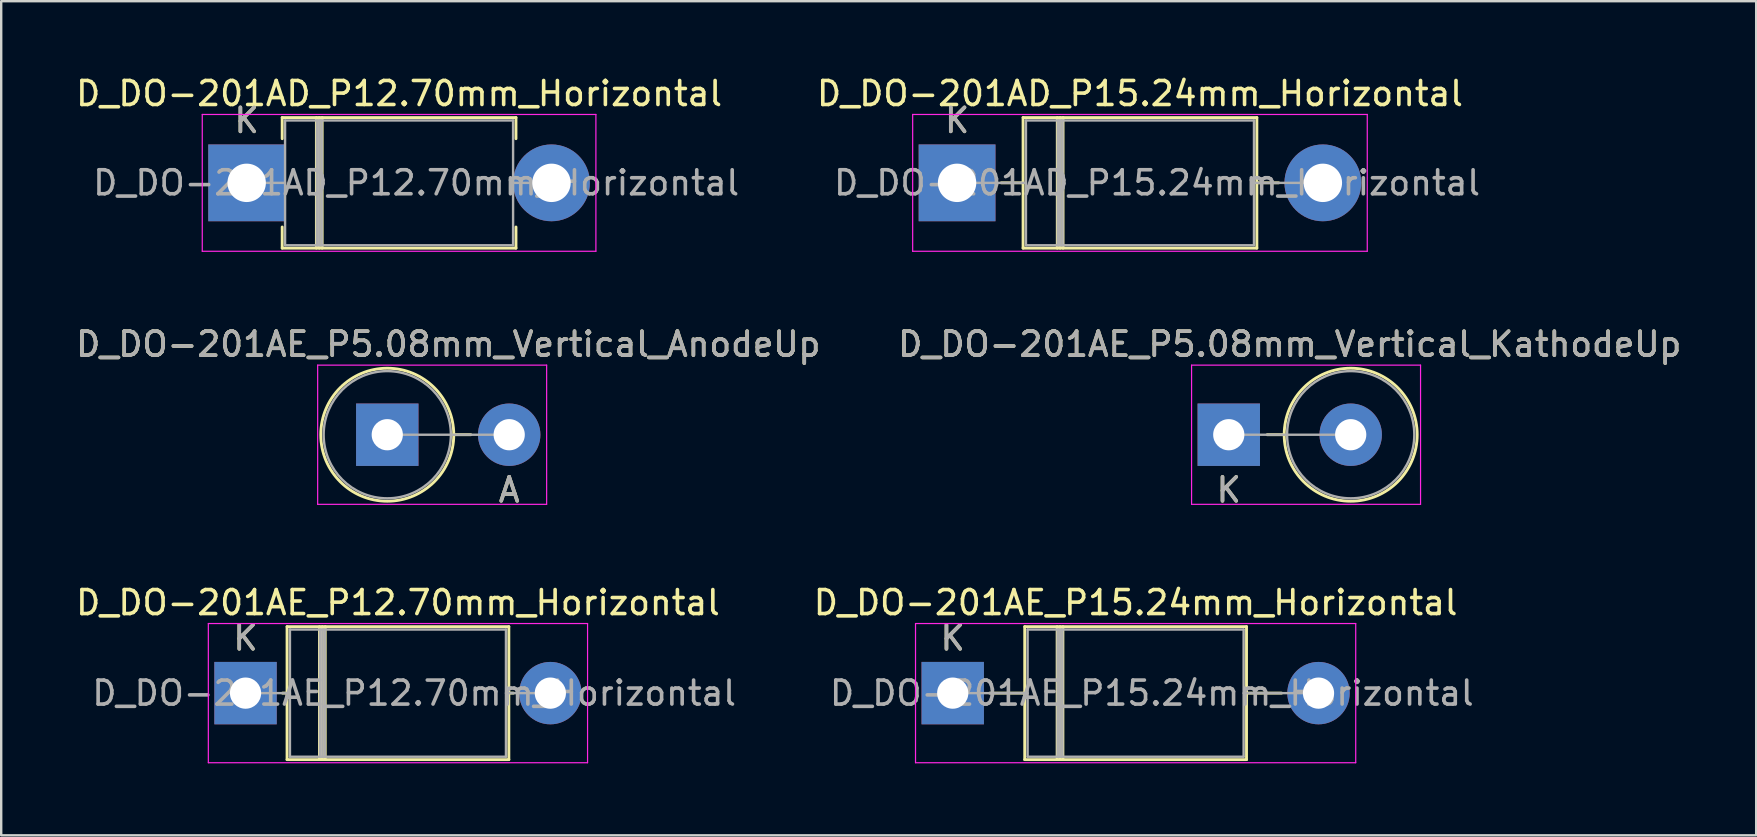
<source format=kicad_pcb>
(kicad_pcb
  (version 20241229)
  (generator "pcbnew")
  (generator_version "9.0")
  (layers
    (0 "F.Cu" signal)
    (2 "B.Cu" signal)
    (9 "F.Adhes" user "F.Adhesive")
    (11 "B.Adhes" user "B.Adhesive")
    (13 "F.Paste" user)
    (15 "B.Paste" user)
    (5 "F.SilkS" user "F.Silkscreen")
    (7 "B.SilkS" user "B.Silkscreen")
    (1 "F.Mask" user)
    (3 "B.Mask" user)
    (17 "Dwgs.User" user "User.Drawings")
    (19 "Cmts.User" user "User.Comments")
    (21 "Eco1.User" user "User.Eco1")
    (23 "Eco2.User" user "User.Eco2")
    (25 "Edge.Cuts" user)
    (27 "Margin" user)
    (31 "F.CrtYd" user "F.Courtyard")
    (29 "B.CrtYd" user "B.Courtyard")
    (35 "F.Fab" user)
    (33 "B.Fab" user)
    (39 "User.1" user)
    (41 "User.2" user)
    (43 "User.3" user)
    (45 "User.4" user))
  (footprint "D_DO-201AE_P5.08mm_Vertical_AnodeUp"
    (layer "F.Cu")
    (at 13.085 15.062)
    (property "Reference" "D_DO-201AE_P5.08mm_Vertical_AnodeUp" (at 2.54 -3.77 0) (layer "F.SilkS") (effects (font (size 1 1) (thickness 0.15))))
    (attr through_hole)
    (fp_line (start 2.77 0) (end 3.48 0) (stroke (width 0.12) (type solid)) (layer "F.SilkS"))
    (fp_circle (center 0 0) (end 2.77 0) (stroke (width 0.12) (type solid)) (fill no) (layer "F.SilkS"))
    (fp_line (start -2.9 -2.9) (end -2.9 2.9) (stroke (width 0.05) (type solid)) (layer "F.CrtYd"))
    (fp_line (start -2.9 2.9) (end 6.64 2.9) (stroke (width 0.05) (type solid)) (layer "F.CrtYd"))
    (fp_line (start 6.64 -2.9) (end -2.9 -2.9) (stroke (width 0.05) (type solid)) (layer "F.CrtYd"))
    (fp_line (start 6.64 2.9) (end 6.64 -2.9) (stroke (width 0.05) (type solid)) (layer "F.CrtYd"))
    (fp_line (start 0 0) (end 5.08 0) (stroke (width 0.1) (type solid)) (layer "F.Fab"))
    (fp_circle (center 0 0) (end 2.65 0) (stroke (width 0.1) (type solid)) (fill no) (layer "F.Fab"))
    (fp_text user "A" (at 5.08 2.3 0) (layer "F.SilkS") (effects (font (size 1 1) (thickness 0.15))))
    (fp_text user "A" (at 5.08 2.3 0) (layer "F.Fab") (effects (font (size 1 1) (thickness 0.15))))
    (fp_text user "${REFERENCE}" (at 2.54 -3.77 0) (layer "F.Fab") (effects (font (size 1 1) (thickness 0.15))))
    (pad "1" thru_hole rect (at 0 0) (size 2.6 2.6) (drill 1.3) (layers "*.Cu" "*.Mask"))
    (pad "2" thru_hole oval (at 5.08 0) (size 2.6 2.6) (drill 1.3) (layers "*.Cu" "*.Mask")))
  (footprint "D_DO-201AE_P12.70mm_Horizontal"
    (layer "F.Cu")
    (at 7.18 25.828)
    (property "Reference" "D_DO-201AE_P12.70mm_Horizontal" (at 6.35 -3.77 0) (layer "F.SilkS") (effects (font (size 1 1) (thickness 0.15))))
    (attr through_hole)
    (fp_line (start 1.54 0) (end 1.73 0) (stroke (width 0.12) (type solid)) (layer "F.SilkS"))
    (fp_line (start 1.73 -2.77) (end 1.73 2.77) (stroke (width 0.12) (type solid)) (layer "F.SilkS"))
    (fp_line (start 1.73 2.77) (end 10.97 2.77) (stroke (width 0.12) (type solid)) (layer "F.SilkS"))
    (fp_line (start 3.08 -2.77) (end 3.08 2.77) (stroke (width 0.12) (type solid)) (layer "F.SilkS"))
    (fp_line (start 3.2 -2.77) (end 3.2 2.77) (stroke (width 0.12) (type solid)) (layer "F.SilkS"))
    (fp_line (start 3.32 -2.77) (end 3.32 2.77) (stroke (width 0.12) (type solid)) (layer "F.SilkS"))
    (fp_line (start 10.97 -2.77) (end 1.73 -2.77) (stroke (width 0.12) (type solid)) (layer "F.SilkS"))
    (fp_line (start 10.97 2.77) (end 10.97 -2.77) (stroke (width 0.12) (type solid)) (layer "F.SilkS"))
    (fp_line (start 11.16 0) (end 10.97 0) (stroke (width 0.12) (type solid)) (layer "F.SilkS"))
    (fp_line (start -1.55 -2.9) (end -1.55 2.9) (stroke (width 0.05) (type solid)) (layer "F.CrtYd"))
    (fp_line (start -1.55 2.9) (end 14.25 2.9) (stroke (width 0.05) (type solid)) (layer "F.CrtYd"))
    (fp_line (start 14.25 -2.9) (end -1.55 -2.9) (stroke (width 0.05) (type solid)) (layer "F.CrtYd"))
    (fp_line (start 14.25 2.9) (end 14.25 -2.9) (stroke (width 0.05) (type solid)) (layer "F.CrtYd"))
    (fp_line (start 0 0) (end 1.85 0) (stroke (width 0.1) (type solid)) (layer "F.Fab"))
    (fp_line (start 1.85 -2.65) (end 1.85 2.65) (stroke (width 0.1) (type solid)) (layer "F.Fab"))
    (fp_line (start 1.85 2.65) (end 10.85 2.65) (stroke (width 0.1) (type solid)) (layer "F.Fab"))
    (fp_line (start 3.1 -2.65) (end 3.1 2.65) (stroke (width 0.1) (type solid)) (layer "F.Fab"))
    (fp_line (start 3.2 -2.65) (end 3.2 2.65) (stroke (width 0.1) (type solid)) (layer "F.Fab"))
    (fp_line (start 3.3 -2.65) (end 3.3 2.65) (stroke (width 0.1) (type solid)) (layer "F.Fab"))
    (fp_line (start 10.85 -2.65) (end 1.85 -2.65) (stroke (width 0.1) (type solid)) (layer "F.Fab"))
    (fp_line (start 10.85 2.65) (end 10.85 -2.65) (stroke (width 0.1) (type solid)) (layer "F.Fab"))
    (fp_line (start 12.7 0) (end 10.85 0) (stroke (width 0.1) (type solid)) (layer "F.Fab"))
    (fp_text user "K" (at 0 -2.3 0) (layer "F.SilkS") (effects (font (size 1 1) (thickness 0.15))))
    (fp_text user "${REFERENCE}" (at 7.025 0 0) (layer "F.Fab") (effects (font (size 1 1) (thickness 0.15))))
    (fp_text user "K" (at 0 -2.3 0) (layer "F.Fab") (effects (font (size 1 1) (thickness 0.15))))
    (pad "1" thru_hole rect (at 0 0) (size 2.6 2.6) (drill 1.3) (layers "*.Cu" "*.Mask"))
    (pad "2" thru_hole oval (at 12.7 0) (size 2.6 2.6) (drill 1.3) (layers "*.Cu" "*.Mask")))
  (footprint "D_DO-201AE_P15.24mm_Horizontal"
    (layer "F.Cu")
    (at 36.644 25.828)
    (property "Reference" "D_DO-201AE_P15.24mm_Horizontal" (at 7.62 -3.77 0) (layer "F.SilkS") (effects (font (size 1 1) (thickness 0.15))))
    (attr through_hole)
    (fp_line (start 1.54 0) (end 3 0) (stroke (width 0.12) (type solid)) (layer "F.SilkS"))
    (fp_line (start 3 -2.77) (end 3 2.77) (stroke (width 0.12) (type solid)) (layer "F.SilkS"))
    (fp_line (start 3 2.77) (end 12.24 2.77) (stroke (width 0.12) (type solid)) (layer "F.SilkS"))
    (fp_line (start 4.35 -2.77) (end 4.35 2.77) (stroke (width 0.12) (type solid)) (layer "F.SilkS"))
    (fp_line (start 4.47 -2.77) (end 4.47 2.77) (stroke (width 0.12) (type solid)) (layer "F.SilkS"))
    (fp_line (start 4.59 -2.77) (end 4.59 2.77) (stroke (width 0.12) (type solid)) (layer "F.SilkS"))
    (fp_line (start 12.24 -2.77) (end 3 -2.77) (stroke (width 0.12) (type solid)) (layer "F.SilkS"))
    (fp_line (start 12.24 2.77) (end 12.24 -2.77) (stroke (width 0.12) (type solid)) (layer "F.SilkS"))
    (fp_line (start 13.7 0) (end 12.24 0) (stroke (width 0.12) (type solid)) (layer "F.SilkS"))
    (fp_line (start -1.55 -2.9) (end -1.55 2.9) (stroke (width 0.05) (type solid)) (layer "F.CrtYd"))
    (fp_line (start -1.55 2.9) (end 16.79 2.9) (stroke (width 0.05) (type solid)) (layer "F.CrtYd"))
    (fp_line (start 16.79 -2.9) (end -1.55 -2.9) (stroke (width 0.05) (type solid)) (layer "F.CrtYd"))
    (fp_line (start 16.79 2.9) (end 16.79 -2.9) (stroke (width 0.05) (type solid)) (layer "F.CrtYd"))
    (fp_line (start 0 0) (end 3.12 0) (stroke (width 0.1) (type solid)) (layer "F.Fab"))
    (fp_line (start 3.12 -2.65) (end 3.12 2.65) (stroke (width 0.1) (type solid)) (layer "F.Fab"))
    (fp_line (start 3.12 2.65) (end 12.12 2.65) (stroke (width 0.1) (type solid)) (layer "F.Fab"))
    (fp_line (start 4.37 -2.65) (end 4.37 2.65) (stroke (width 0.1) (type solid)) (layer "F.Fab"))
    (fp_line (start 4.47 -2.65) (end 4.47 2.65) (stroke (width 0.1) (type solid)) (layer "F.Fab"))
    (fp_line (start 4.57 -2.65) (end 4.57 2.65) (stroke (width 0.1) (type solid)) (layer "F.Fab"))
    (fp_line (start 12.12 -2.65) (end 3.12 -2.65) (stroke (width 0.1) (type solid)) (layer "F.Fab"))
    (fp_line (start 12.12 2.65) (end 12.12 -2.65) (stroke (width 0.1) (type solid)) (layer "F.Fab"))
    (fp_line (start 15.24 0) (end 12.12 0) (stroke (width 0.1) (type solid)) (layer "F.Fab"))
    (fp_text user "K" (at 0 -2.3 0) (layer "F.SilkS") (effects (font (size 1 1) (thickness 0.15))))
    (fp_text user "${REFERENCE}" (at 8.295 0 0) (layer "F.Fab") (effects (font (size 1 1) (thickness 0.15))))
    (fp_text user "K" (at 0 -2.3 0) (layer "F.Fab") (effects (font (size 1 1) (thickness 0.15))))
    (pad "1" thru_hole rect (at 0 0) (size 2.6 2.6) (drill 1.3) (layers "*.Cu" "*.Mask"))
    (pad "2" thru_hole oval (at 15.24 0) (size 2.6 2.6) (drill 1.3) (layers "*.Cu" "*.Mask")))
  (footprint "D_DO-201AD_P15.24mm_Horizontal"
    (layer "F.Cu")
    (at 36.825 4.568)
    (property "Reference" "D_DO-201AD_P15.24mm_Horizontal" (at 7.62 -3.72 0) (layer "F.SilkS") (effects (font (size 1 1) (thickness 0.15))))
    (attr through_hole)
    (fp_line (start 1.84 0) (end 2.75 0) (stroke (width 0.12) (type solid)) (layer "F.SilkS"))
    (fp_line (start 2.75 -2.72) (end 2.75 2.72) (stroke (width 0.12) (type solid)) (layer "F.SilkS"))
    (fp_line (start 2.75 2.72) (end 12.49 2.72) (stroke (width 0.12) (type solid)) (layer "F.SilkS"))
    (fp_line (start 4.175 -2.72) (end 4.175 2.72) (stroke (width 0.12) (type solid)) (layer "F.SilkS"))
    (fp_line (start 4.295 -2.72) (end 4.295 2.72) (stroke (width 0.12) (type solid)) (layer "F.SilkS"))
    (fp_line (start 4.415 -2.72) (end 4.415 2.72) (stroke (width 0.12) (type solid)) (layer "F.SilkS"))
    (fp_line (start 12.49 -2.72) (end 2.75 -2.72) (stroke (width 0.12) (type solid)) (layer "F.SilkS"))
    (fp_line (start 12.49 2.72) (end 12.49 -2.72) (stroke (width 0.12) (type solid)) (layer "F.SilkS"))
    (fp_line (start 13.4 0) (end 12.49 0) (stroke (width 0.12) (type solid)) (layer "F.SilkS"))
    (fp_line (start -1.85 -2.85) (end -1.85 2.85) (stroke (width 0.05) (type solid)) (layer "F.CrtYd"))
    (fp_line (start -1.85 2.85) (end 17.09 2.85) (stroke (width 0.05) (type solid)) (layer "F.CrtYd"))
    (fp_line (start 17.09 -2.85) (end -1.85 -2.85) (stroke (width 0.05) (type solid)) (layer "F.CrtYd"))
    (fp_line (start 17.09 2.85) (end 17.09 -2.85) (stroke (width 0.05) (type solid)) (layer "F.CrtYd"))
    (fp_line (start 0 0) (end 2.87 0) (stroke (width 0.1) (type solid)) (layer "F.Fab"))
    (fp_line (start 2.87 -2.6) (end 2.87 2.6) (stroke (width 0.1) (type solid)) (layer "F.Fab"))
    (fp_line (start 2.87 2.6) (end 12.37 2.6) (stroke (width 0.1) (type solid)) (layer "F.Fab"))
    (fp_line (start 4.195 -2.6) (end 4.195 2.6) (stroke (width 0.1) (type solid)) (layer "F.Fab"))
    (fp_line (start 4.295 -2.6) (end 4.295 2.6) (stroke (width 0.1) (type solid)) (layer "F.Fab"))
    (fp_line (start 4.395 -2.6) (end 4.395 2.6) (stroke (width 0.1) (type solid)) (layer "F.Fab"))
    (fp_line (start 12.37 -2.6) (end 2.87 -2.6) (stroke (width 0.1) (type solid)) (layer "F.Fab"))
    (fp_line (start 12.37 2.6) (end 12.37 -2.6) (stroke (width 0.1) (type solid)) (layer "F.Fab"))
    (fp_line (start 15.24 0) (end 12.37 0) (stroke (width 0.1) (type solid)) (layer "F.Fab"))
    (fp_text user "K" (at 0 -2.6 0) (layer "F.SilkS") (effects (font (size 1 1) (thickness 0.15))))
    (fp_text user "${REFERENCE}" (at 8.332 0 0) (layer "F.Fab") (effects (font (size 1 1) (thickness 0.15))))
    (fp_text user "K" (at 0 -2.6 0) (layer "F.Fab") (effects (font (size 1 1) (thickness 0.15))))
    (pad "1" thru_hole rect (at 0 0) (size 3.2 3.2) (drill 1.6) (layers "*.Cu" "*.Mask"))
    (pad "2" thru_hole oval (at 15.24 0) (size 3.2 3.2) (drill 1.6) (layers "*.Cu" "*.Mask")))
  (footprint "D_DO-201AE_P5.08mm_Vertical_KathodeUp"
    (layer "F.Cu")
    (at 48.145 15.062)
    (property "Reference" "D_DO-201AE_P5.08mm_Vertical_KathodeUp" (at 2.54 -3.77 0) (layer "F.SilkS") (effects (font (size 1 1) (thickness 0.15))))
    (attr through_hole)
    (fp_line (start 2.31 0) (end 1.6 0) (stroke (width 0.12) (type solid)) (layer "F.SilkS"))
    (fp_circle (center 5.08 0) (end 7.85 0) (stroke (width 0.12) (type solid)) (fill no) (layer "F.SilkS"))
    (fp_line (start -1.55 -2.9) (end -1.55 2.9) (stroke (width 0.05) (type solid)) (layer "F.CrtYd"))
    (fp_line (start -1.55 2.9) (end 7.99 2.9) (stroke (width 0.05) (type solid)) (layer "F.CrtYd"))
    (fp_line (start 7.99 -2.9) (end -1.55 -2.9) (stroke (width 0.05) (type solid)) (layer "F.CrtYd"))
    (fp_line (start 7.99 2.9) (end 7.99 -2.9) (stroke (width 0.05) (type solid)) (layer "F.CrtYd"))
    (fp_line (start 0 0) (end 5.08 0) (stroke (width 0.1) (type solid)) (layer "F.Fab"))
    (fp_circle (center 5.08 0) (end 7.73 0) (stroke (width 0.1) (type solid)) (fill no) (layer "F.Fab"))
    (fp_text user "K" (at 0 2.3 0) (layer "F.SilkS") (effects (font (size 1 1) (thickness 0.15))))
    (fp_text user "${REFERENCE}" (at 2.54 -3.77 0) (layer "F.Fab") (effects (font (size 1 1) (thickness 0.15))))
    (fp_text user "K" (at 0 2.3 0) (layer "F.Fab") (effects (font (size 1 1) (thickness 0.15))))
    (pad "1" thru_hole rect (at 0 0) (size 2.6 2.6) (drill 1.3) (layers "*.Cu" "*.Mask"))
    (pad "2" thru_hole oval (at 5.08 0) (size 2.6 2.6) (drill 1.3) (layers "*.Cu" "*.Mask")))
  (footprint "D_DO-201AD_P12.70mm_Horizontal"
    (layer "F.Cu")
    (at 7.227 4.568)
    (property "Reference" "D_DO-201AD_P12.70mm_Horizontal" (at 6.35 -3.72 0) (layer "F.SilkS") (effects (font (size 1 1) (thickness 0.15))))
    (attr through_hole)
    (fp_line (start 1.48 -2.72) (end 11.22 -2.72) (stroke (width 0.12) (type solid)) (layer "F.SilkS"))
    (fp_line (start 1.48 -1.84) (end 1.48 -2.72) (stroke (width 0.12) (type solid)) (layer "F.SilkS"))
    (fp_line (start 1.48 1.84) (end 1.48 2.72) (stroke (width 0.12) (type solid)) (layer "F.SilkS"))
    (fp_line (start 1.48 2.72) (end 11.22 2.72) (stroke (width 0.12) (type solid)) (layer "F.SilkS"))
    (fp_line (start 2.905 -2.72) (end 2.905 2.72) (stroke (width 0.12) (type solid)) (layer "F.SilkS"))
    (fp_line (start 3.025 -2.72) (end 3.025 2.72) (stroke (width 0.12) (type solid)) (layer "F.SilkS"))
    (fp_line (start 3.145 -2.72) (end 3.145 2.72) (stroke (width 0.12) (type solid)) (layer "F.SilkS"))
    (fp_line (start 11.22 -2.72) (end 11.22 -1.84) (stroke (width 0.12) (type solid)) (layer "F.SilkS"))
    (fp_line (start 11.22 2.72) (end 11.22 1.84) (stroke (width 0.12) (type solid)) (layer "F.SilkS"))
    (fp_line (start -1.85 -2.85) (end -1.85 2.85) (stroke (width 0.05) (type solid)) (layer "F.CrtYd"))
    (fp_line (start -1.85 2.85) (end 14.55 2.85) (stroke (width 0.05) (type solid)) (layer "F.CrtYd"))
    (fp_line (start 14.55 -2.85) (end -1.85 -2.85) (stroke (width 0.05) (type solid)) (layer "F.CrtYd"))
    (fp_line (start 14.55 2.85) (end 14.55 -2.85) (stroke (width 0.05) (type solid)) (layer "F.CrtYd"))
    (fp_line (start 0 0) (end 1.6 0) (stroke (width 0.1) (type solid)) (layer "F.Fab"))
    (fp_line (start 1.6 -2.6) (end 1.6 2.6) (stroke (width 0.1) (type solid)) (layer "F.Fab"))
    (fp_line (start 1.6 2.6) (end 11.1 2.6) (stroke (width 0.1) (type solid)) (layer "F.Fab"))
    (fp_line (start 2.925 -2.6) (end 2.925 2.6) (stroke (width 0.1) (type solid)) (layer "F.Fab"))
    (fp_line (start 3.025 -2.6) (end 3.025 2.6) (stroke (width 0.1) (type solid)) (layer "F.Fab"))
    (fp_line (start 3.125 -2.6) (end 3.125 2.6) (stroke (width 0.1) (type solid)) (layer "F.Fab"))
    (fp_line (start 11.1 -2.6) (end 1.6 -2.6) (stroke (width 0.1) (type solid)) (layer "F.Fab"))
    (fp_line (start 11.1 2.6) (end 11.1 -2.6) (stroke (width 0.1) (type solid)) (layer "F.Fab"))
    (fp_line (start 12.7 0) (end 11.1 0) (stroke (width 0.1) (type solid)) (layer "F.Fab"))
    (fp_text user "K" (at 0 -2.6 0) (layer "F.SilkS") (effects (font (size 1 1) (thickness 0.15))))
    (fp_text user "K" (at 0 -2.6 0) (layer "F.Fab") (effects (font (size 1 1) (thickness 0.15))))
    (fp_text user "${REFERENCE}" (at 7.062 0 0) (layer "F.Fab") (effects (font (size 1 1) (thickness 0.15))))
    (pad "1" thru_hole rect (at 0 0) (size 3.2 3.2) (drill 1.6) (layers "*.Cu" "*.Mask"))
    (pad "2" thru_hole oval (at 12.7 0) (size 3.2 3.2) (drill 1.6) (layers "*.Cu" "*.Mask")))
  (gr_rect
    (start -3 -3)
    (end 70.119 31.753)
    (stroke (width 0.1) (type default))
    (fill no)
    (layer "Edge.Cuts")))
</source>
